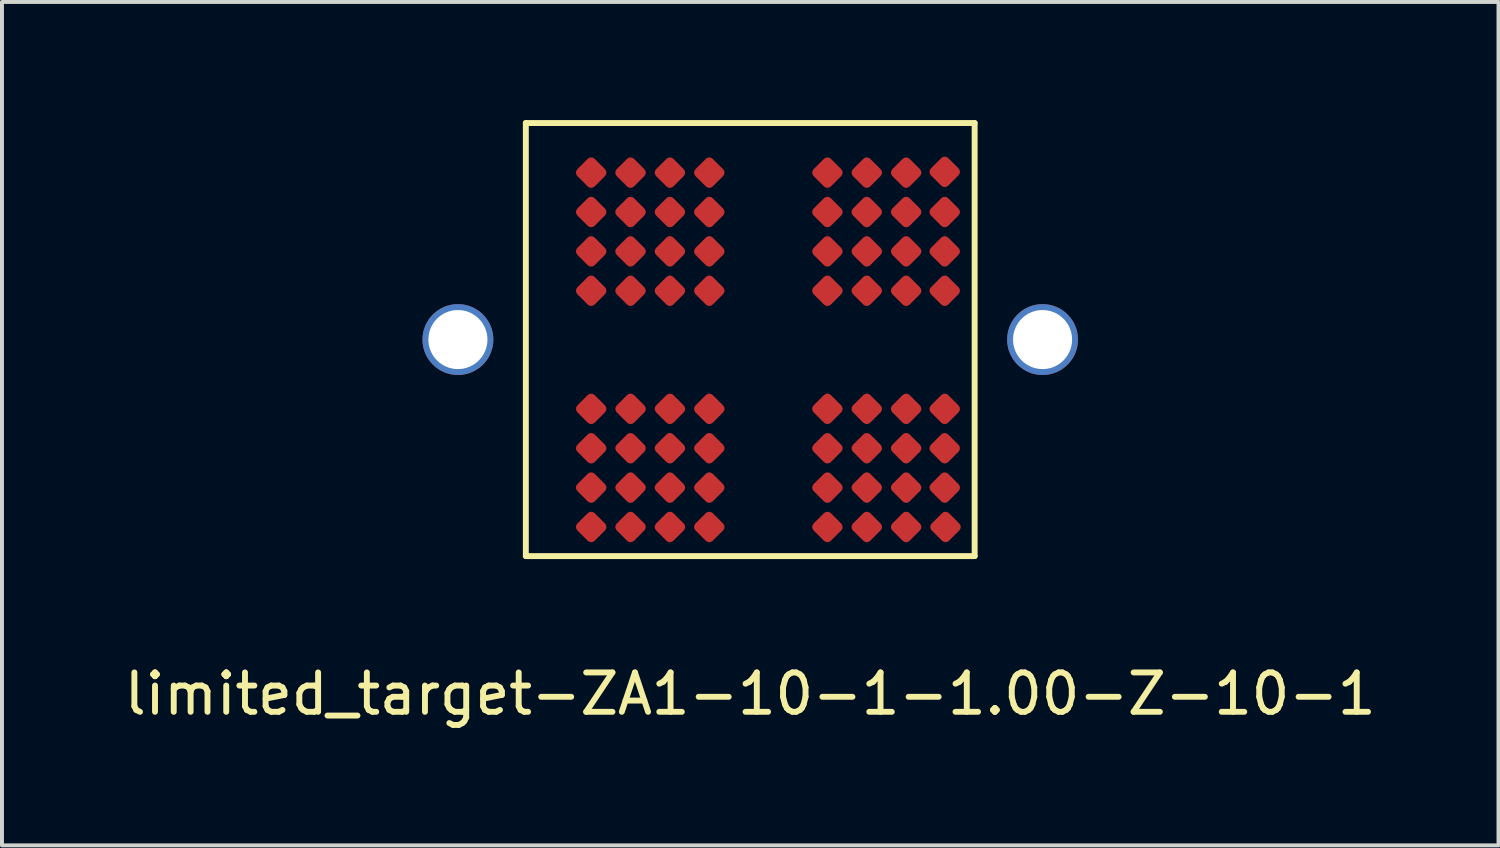
<source format=kicad_pcb>
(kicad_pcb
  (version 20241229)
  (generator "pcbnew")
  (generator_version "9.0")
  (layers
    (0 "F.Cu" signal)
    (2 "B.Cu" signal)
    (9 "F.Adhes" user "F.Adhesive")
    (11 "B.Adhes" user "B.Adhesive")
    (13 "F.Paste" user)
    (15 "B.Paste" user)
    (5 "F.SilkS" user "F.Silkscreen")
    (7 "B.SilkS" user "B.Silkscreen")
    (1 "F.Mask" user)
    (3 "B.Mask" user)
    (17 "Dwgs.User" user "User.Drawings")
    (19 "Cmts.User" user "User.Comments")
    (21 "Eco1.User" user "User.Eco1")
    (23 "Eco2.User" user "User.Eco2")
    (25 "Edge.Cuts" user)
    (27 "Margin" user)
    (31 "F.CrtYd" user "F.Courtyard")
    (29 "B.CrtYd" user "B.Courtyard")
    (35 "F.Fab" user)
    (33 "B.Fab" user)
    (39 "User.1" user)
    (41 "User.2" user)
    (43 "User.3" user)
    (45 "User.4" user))
  (footprint "limited_target-ZA1-10-1-1.00-Z-10-1"
    (layer "F.Cu")
    (at 16.006 5.575)
    (property "Reference" "limited_target-ZA1-10-1-1.00-Z-10-1" (at 0 9 0) (layer "F.SilkS") (effects (font (size 1 1) (thickness 0.15))))
    (attr through_hole)
    (fp_line (start -5.7 5.5) (end -5.7 -5.5) (stroke (width 0.15) (type solid)) (layer "F.SilkS"))
    (fp_line (start 5.7 -5.5) (end -5.7 -5.5) (stroke (width 0.15) (type solid)) (layer "F.SilkS"))
    (fp_line (start 5.7 5.5) (end -5.7 5.5) (stroke (width 0.15) (type solid)) (layer "F.SilkS"))
    (fp_line (start 5.7 5.5) (end 5.7 -5.5) (stroke (width 0.15) (type solid)) (layer "F.SilkS"))
    (pad "" thru_hole circle (at -7.425 0 45) (size 1.8 1.8) (drill 1.5) (layers "*.Cu" "*.Mask"))
    (pad "" thru_hole circle (at 7.425 0 45) (size 1.8 1.8) (drill 1.5) (layers "*.Cu" "*.Mask"))
    (pad "A1" smd roundrect (at -4.04 -4.24 45) (size 0.62 0.62) (layers "F.Cu" "F.Mask" "F.Paste") (roundrect_rratio 0.2))
    (pad "A2" smd roundrect (at -3.04 -4.24 45) (size 0.62 0.62) (layers "F.Cu" "F.Mask" "F.Paste") (roundrect_rratio 0.2))
    (pad "A3" smd roundrect (at -2.04 -4.24 45) (size 0.62 0.62) (layers "F.Cu" "F.Mask" "F.Paste") (roundrect_rratio 0.2))
    (pad "A4" smd roundrect (at -1.04 -4.24 45) (size 0.62 0.62) (layers "F.Cu" "F.Mask" "F.Paste") (roundrect_rratio 0.2))
    (pad "A7" smd roundrect (at 1.96 -4.24 45) (size 0.62 0.62) (layers "F.Cu" "F.Mask" "F.Paste") (roundrect_rratio 0.2))
    (pad "A8" smd roundrect (at 2.96 -4.24 45) (size 0.62 0.62) (layers "F.Cu" "F.Mask" "F.Paste") (roundrect_rratio 0.2))
    (pad "A9" smd roundrect (at 3.96 -4.24 45) (size 0.62 0.62) (layers "F.Cu" "F.Mask" "F.Paste") (roundrect_rratio 0.2))
    (pad "A10" smd roundrect (at 4.94 -4.26 45) (size 0.62 0.62) (layers "F.Cu" "F.Mask" "F.Paste") (roundrect_rratio 0.2))
    (pad "B1" smd roundrect (at -4.04 -3.24 45) (size 0.62 0.62) (layers "F.Cu" "F.Mask" "F.Paste") (roundrect_rratio 0.2))
    (pad "B2" smd roundrect (at -3.04 -3.24 45) (size 0.62 0.62) (layers "F.Cu" "F.Mask" "F.Paste") (roundrect_rratio 0.2))
    (pad "B3" smd roundrect (at -2.04 -3.24 45) (size 0.62 0.62) (layers "F.Cu" "F.Mask" "F.Paste") (roundrect_rratio 0.2))
    (pad "B4" smd roundrect (at -1.04 -3.24 45) (size 0.62 0.62) (layers "F.Cu" "F.Mask" "F.Paste") (roundrect_rratio 0.2))
    (pad "B7" smd roundrect (at 1.96 -3.24 45) (size 0.62 0.62) (layers "F.Cu" "F.Mask" "F.Paste") (roundrect_rratio 0.2))
    (pad "B8" smd roundrect (at 2.96 -3.24 45) (size 0.62 0.62) (layers "F.Cu" "F.Mask" "F.Paste") (roundrect_rratio 0.2))
    (pad "B9" smd roundrect (at 3.96 -3.24 45) (size 0.62 0.62) (layers "F.Cu" "F.Mask" "F.Paste") (roundrect_rratio 0.2))
    (pad "B10" smd roundrect (at 4.94 -3.24 45) (size 0.62 0.62) (layers "F.Cu" "F.Mask" "F.Paste") (roundrect_rratio 0.2))
    (pad "C1" smd roundrect (at -4.04 -2.24 45) (size 0.62 0.62) (layers "F.Cu" "F.Mask" "F.Paste") (roundrect_rratio 0.2))
    (pad "C2" smd roundrect (at -3.04 -2.24 45) (size 0.62 0.62) (layers "F.Cu" "F.Mask" "F.Paste") (roundrect_rratio 0.2))
    (pad "C3" smd roundrect (at -2.04 -2.24 45) (size 0.62 0.62) (layers "F.Cu" "F.Mask" "F.Paste") (roundrect_rratio 0.2))
    (pad "C4" smd roundrect (at -1.04 -2.24 45) (size 0.62 0.62) (layers "F.Cu" "F.Mask" "F.Paste") (roundrect_rratio 0.2))
    (pad "C7" smd roundrect (at 1.96 -2.24 45) (size 0.62 0.62) (layers "F.Cu" "F.Mask" "F.Paste") (roundrect_rratio 0.2))
    (pad "C8" smd roundrect (at 2.96 -2.24 45) (size 0.62 0.62) (layers "F.Cu" "F.Mask" "F.Paste") (roundrect_rratio 0.2))
    (pad "C9" smd roundrect (at 3.96 -2.24 45) (size 0.62 0.62) (layers "F.Cu" "F.Mask" "F.Paste") (roundrect_rratio 0.2))
    (pad "C10" smd roundrect (at 4.94 -2.24 45) (size 0.62 0.62) (layers "F.Cu" "F.Mask" "F.Paste") (roundrect_rratio 0.2))
    (pad "D1" smd roundrect (at -4.04 -1.24 45) (size 0.62 0.62) (layers "F.Cu" "F.Mask" "F.Paste") (roundrect_rratio 0.2))
    (pad "D2" smd roundrect (at -3.04 -1.24 45) (size 0.62 0.62) (layers "F.Cu" "F.Mask" "F.Paste") (roundrect_rratio 0.2))
    (pad "D3" smd roundrect (at -2.04 -1.24 45) (size 0.62 0.62) (layers "F.Cu" "F.Mask" "F.Paste") (roundrect_rratio 0.2))
    (pad "D4" smd roundrect (at -1.04 -1.24 45) (size 0.62 0.62) (layers "F.Cu" "F.Mask" "F.Paste") (roundrect_rratio 0.2))
    (pad "D7" smd roundrect (at 1.96 -1.24 45) (size 0.62 0.62) (layers "F.Cu" "F.Mask" "F.Paste") (roundrect_rratio 0.2))
    (pad "D8" smd roundrect (at 2.96 -1.24 45) (size 0.62 0.62) (layers "F.Cu" "F.Mask" "F.Paste") (roundrect_rratio 0.2))
    (pad "D9" smd roundrect (at 3.96 -1.24 45) (size 0.62 0.62) (layers "F.Cu" "F.Mask" "F.Paste") (roundrect_rratio 0.2))
    (pad "D10" smd roundrect (at 4.94 -1.24 45) (size 0.62 0.62) (layers "F.Cu" "F.Mask" "F.Paste") (roundrect_rratio 0.2))
    (pad "G1" smd roundrect (at -4.04 1.76 45) (size 0.62 0.62) (layers "F.Cu" "F.Mask" "F.Paste") (roundrect_rratio 0.2))
    (pad "G2" smd roundrect (at -3.04 1.76 45) (size 0.62 0.62) (layers "F.Cu" "F.Mask" "F.Paste") (roundrect_rratio 0.2))
    (pad "G3" smd roundrect (at -2.04 1.76 45) (size 0.62 0.62) (layers "F.Cu" "F.Mask" "F.Paste") (roundrect_rratio 0.2))
    (pad "G4" smd roundrect (at -1.04 1.76 45) (size 0.62 0.62) (layers "F.Cu" "F.Mask" "F.Paste") (roundrect_rratio 0.2))
    (pad "G7" smd roundrect (at 1.96 1.76 45) (size 0.62 0.62) (layers "F.Cu" "F.Mask" "F.Paste") (roundrect_rratio 0.2))
    (pad "G8" smd roundrect (at 2.96 1.76 45) (size 0.62 0.62) (layers "F.Cu" "F.Mask" "F.Paste") (roundrect_rratio 0.2))
    (pad "G9" smd roundrect (at 3.96 1.76 45) (size 0.62 0.62) (layers "F.Cu" "F.Mask" "F.Paste") (roundrect_rratio 0.2))
    (pad "G10" smd roundrect (at 4.94 1.76 45) (size 0.62 0.62) (layers "F.Cu" "F.Mask" "F.Paste") (roundrect_rratio 0.2))
    (pad "H1" smd roundrect (at -4.04 2.76 45) (size 0.62 0.62) (layers "F.Cu" "F.Mask" "F.Paste") (roundrect_rratio 0.2))
    (pad "H2" smd roundrect (at -3.04 2.76 45) (size 0.62 0.62) (layers "F.Cu" "F.Mask" "F.Paste") (roundrect_rratio 0.2))
    (pad "H3" smd roundrect (at -2.04 2.76 45) (size 0.62 0.62) (layers "F.Cu" "F.Mask" "F.Paste") (roundrect_rratio 0.2))
    (pad "H4" smd roundrect (at -1.04 2.76 45) (size 0.62 0.62) (layers "F.Cu" "F.Mask" "F.Paste") (roundrect_rratio 0.2))
    (pad "H7" smd roundrect (at 1.96 2.76 45) (size 0.62 0.62) (layers "F.Cu" "F.Mask" "F.Paste") (roundrect_rratio 0.2))
    (pad "H8" smd roundrect (at 2.96 2.76 45) (size 0.62 0.62) (layers "F.Cu" "F.Mask" "F.Paste") (roundrect_rratio 0.2))
    (pad "H9" smd roundrect (at 3.96 2.76 45) (size 0.62 0.62) (layers "F.Cu" "F.Mask" "F.Paste") (roundrect_rratio 0.2))
    (pad "H10" smd roundrect (at 4.94 2.76 45) (size 0.62 0.62) (layers "F.Cu" "F.Mask" "F.Paste") (roundrect_rratio 0.2))
    (pad "J1" smd roundrect (at -4.04 3.76 45) (size 0.62 0.62) (layers "F.Cu" "F.Mask" "F.Paste") (roundrect_rratio 0.2))
    (pad "J2" smd roundrect (at -3.04 3.76 45) (size 0.62 0.62) (layers "F.Cu" "F.Mask" "F.Paste") (roundrect_rratio 0.2))
    (pad "J3" smd roundrect (at -2.04 3.76 45) (size 0.62 0.62) (layers "F.Cu" "F.Mask" "F.Paste") (roundrect_rratio 0.2))
    (pad "J4" smd roundrect (at -1.04 3.76 45) (size 0.62 0.62) (layers "F.Cu" "F.Mask" "F.Paste") (roundrect_rratio 0.2))
    (pad "J7" smd roundrect (at 1.96 3.76 45) (size 0.62 0.62) (layers "F.Cu" "F.Mask" "F.Paste") (roundrect_rratio 0.2))
    (pad "J8" smd roundrect (at 2.96 3.76 45) (size 0.62 0.62) (layers "F.Cu" "F.Mask" "F.Paste") (roundrect_rratio 0.2))
    (pad "J9" smd roundrect (at 3.96 3.76 45) (size 0.62 0.62) (layers "F.Cu" "F.Mask" "F.Paste") (roundrect_rratio 0.2))
    (pad "J10" smd roundrect (at 4.94 3.76 45) (size 0.62 0.62) (layers "F.Cu" "F.Mask" "F.Paste") (roundrect_rratio 0.2))
    (pad "K1" smd roundrect (at -4.04 4.76 45) (size 0.62 0.62) (layers "F.Cu" "F.Mask" "F.Paste") (roundrect_rratio 0.2))
    (pad "K2" smd roundrect (at -3.04 4.76 45) (size 0.62 0.62) (layers "F.Cu" "F.Mask" "F.Paste") (roundrect_rratio 0.2))
    (pad "K3" smd roundrect (at -2.04 4.76 45) (size 0.62 0.62) (layers "F.Cu" "F.Mask" "F.Paste") (roundrect_rratio 0.2))
    (pad "K4" smd roundrect (at -1.04 4.76 45) (size 0.62 0.62) (layers "F.Cu" "F.Mask" "F.Paste") (roundrect_rratio 0.2))
    (pad "K7" smd roundrect (at 1.96 4.76 45) (size 0.62 0.62) (layers "F.Cu" "F.Mask" "F.Paste") (roundrect_rratio 0.2))
    (pad "K8" smd roundrect (at 2.96 4.76 45) (size 0.62 0.62) (layers "F.Cu" "F.Mask" "F.Paste") (roundrect_rratio 0.2))
    (pad "K9" smd roundrect (at 3.96 4.76 45) (size 0.62 0.62) (layers "F.Cu" "F.Mask" "F.Paste") (roundrect_rratio 0.2))
    (pad "K10" smd roundrect (at 4.96 4.76 45) (size 0.62 0.62) (layers "F.Cu" "F.Mask" "F.Paste") (roundrect_rratio 0.2)))
  (gr_rect
    (start -3 -3)
    (end 35.012 18.423)
    (stroke (width 0.1) (type default))
    (fill no)
    (layer "Edge.Cuts")))
</source>
